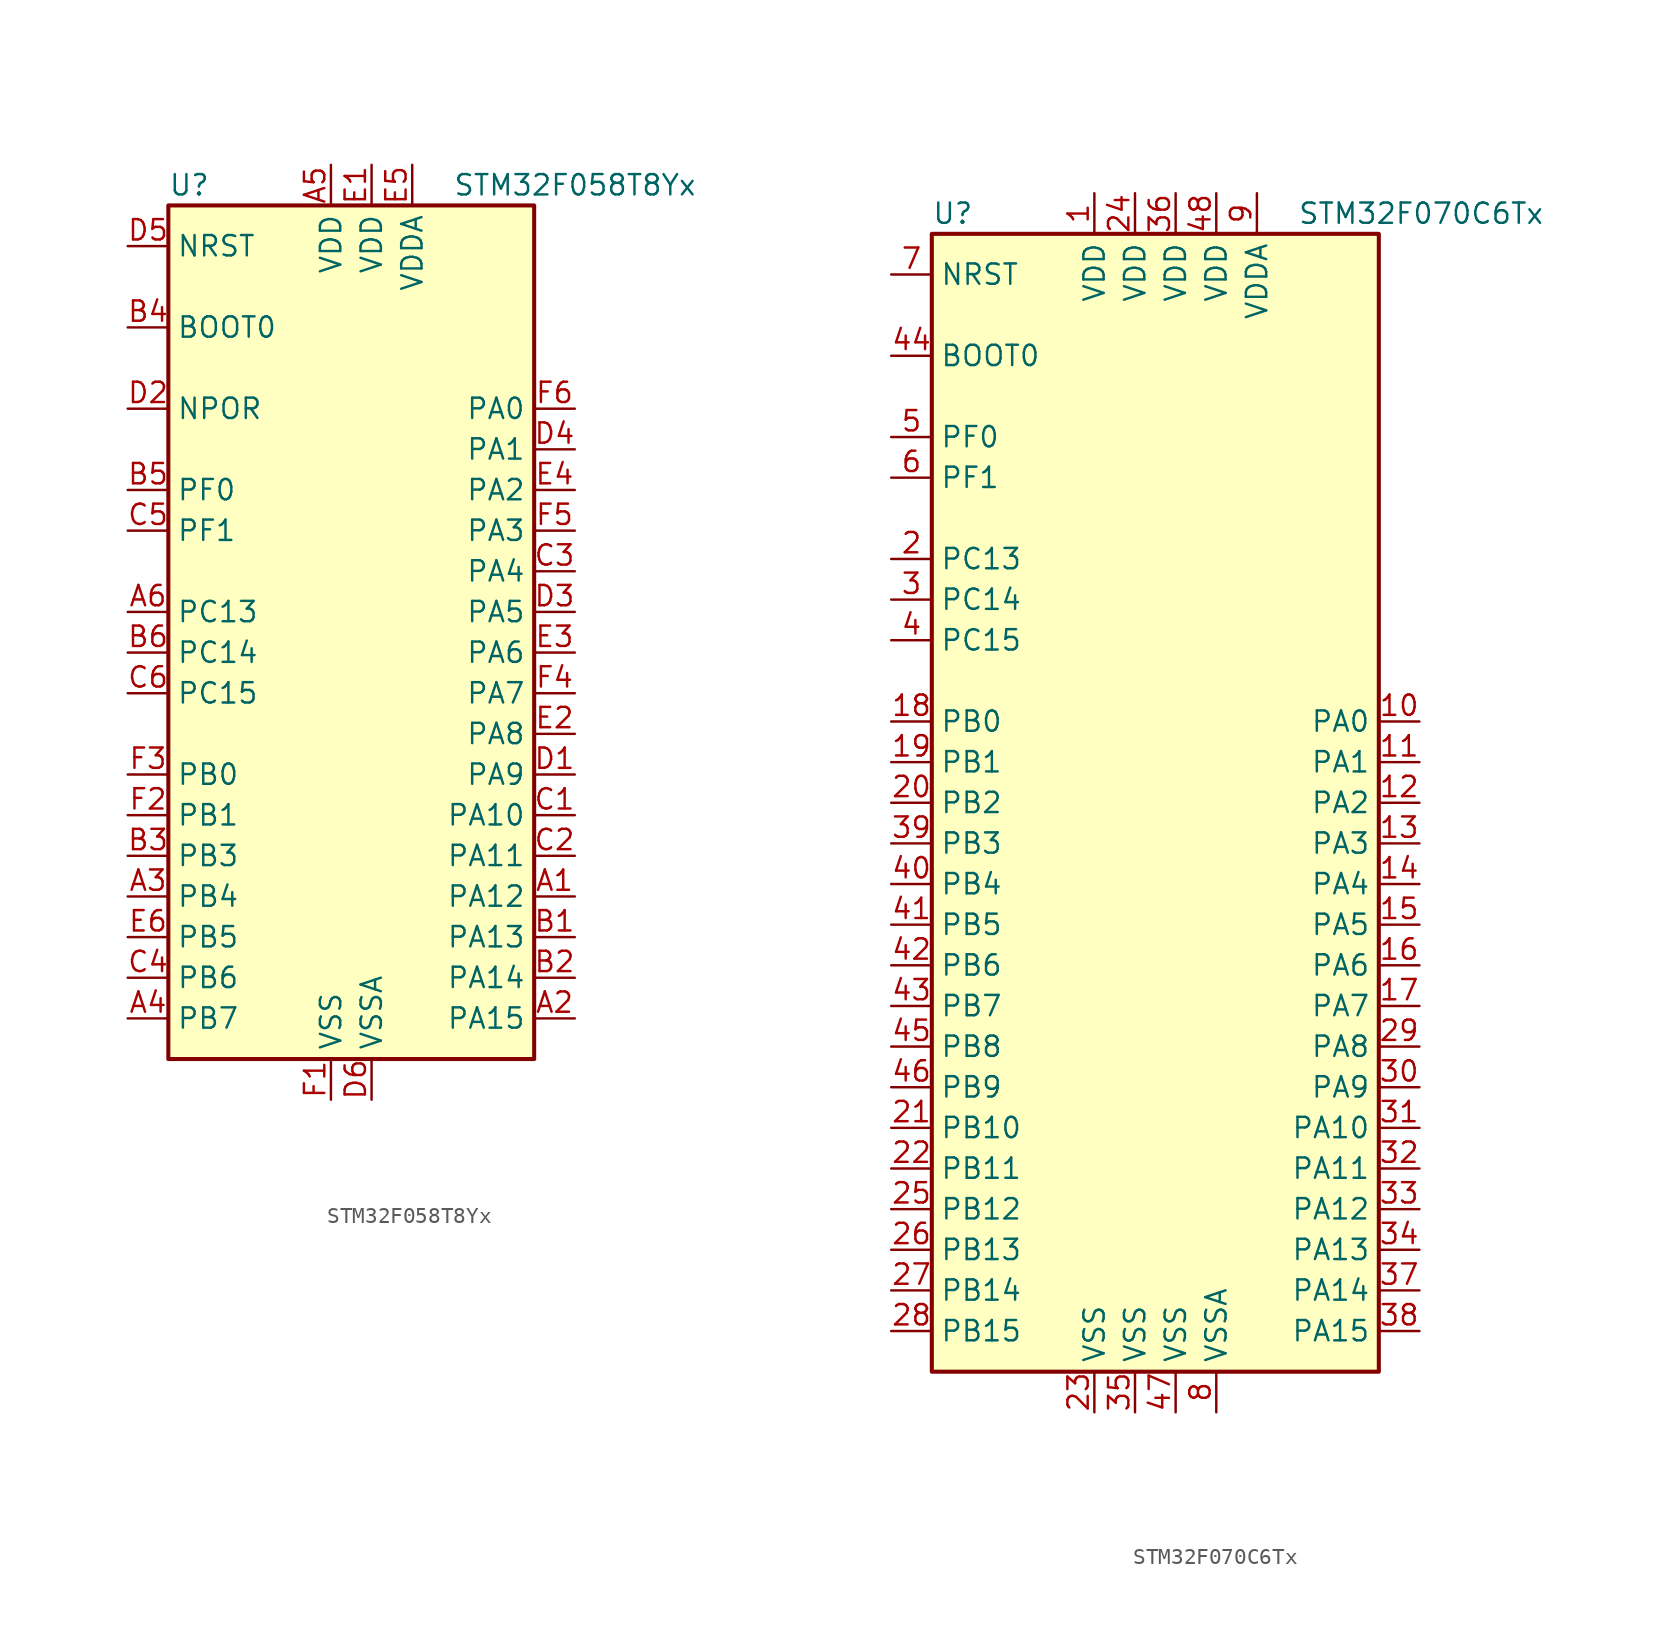
<source format=kicad_sym>
(kicad_symbol_lib
  (version 20201005)
  (generator kicad_symbol_editor)
  (symbol "MCU_ST_STM32F0:STM32F058T8Yx"
    (property "Reference" "U"
      (at -12.7 26.67 0)
      (effects (font (size 1.27 1.27)) (justify left)))
    (property "Value" "STM32F058T8Yx"
      (at 5.08 26.67 0)
      (effects (font (size 1.27 1.27)) (justify left)))
    (symbol "STM32F058T8Yx_0_1"
      (rectangle (start -12.7 -27.94) (end 10.16 25.4) (stroke (width 0.254)) (fill (type background))))
    (symbol "STM32F058T8Yx_1_1"
      (pin bidirectional line (at 12.7 -17.78 180) (length 2.54) (name "PA12" (effects (font (size 1.27 1.27)))) (number "A1" (effects (font (size 1.27 1.27)))))
      (pin bidirectional line (at 12.7 -25.4 180) (length 2.54) (name "PA15" (effects (font (size 1.27 1.27)))) (number "A2" (effects (font (size 1.27 1.27)))))
      (pin bidirectional line (at -15.24 -17.78 0) (length 2.54) (name "PB4" (effects (font (size 1.27 1.27)))) (number "A3" (effects (font (size 1.27 1.27)))))
      (pin bidirectional line (at -15.24 -25.4 0) (length 2.54) (name "PB7" (effects (font (size 1.27 1.27)))) (number "A4" (effects (font (size 1.27 1.27)))))
      (pin power_in line (at -2.54 27.94 270) (length 2.54) (name "VDD" (effects (font (size 1.27 1.27)))) (number "A5" (effects (font (size 1.27 1.27)))))
      (pin bidirectional line (at -15.24 0 0) (length 2.54) (name "PC13" (effects (font (size 1.27 1.27)))) (number "A6" (effects (font (size 1.27 1.27)))))
      (pin bidirectional line (at 12.7 -20.32 180) (length 2.54) (name "PA13" (effects (font (size 1.27 1.27)))) (number "B1" (effects (font (size 1.27 1.27)))))
      (pin bidirectional line (at 12.7 -22.86 180) (length 2.54) (name "PA14" (effects (font (size 1.27 1.27)))) (number "B2" (effects (font (size 1.27 1.27)))))
      (pin bidirectional line (at -15.24 -15.24 0) (length 2.54) (name "PB3" (effects (font (size 1.27 1.27)))) (number "B3" (effects (font (size 1.27 1.27)))))
      (pin input line (at -15.24 17.78 0) (length 2.54) (name "BOOT0" (effects (font (size 1.27 1.27)))) (number "B4" (effects (font (size 1.27 1.27)))))
      (pin input line (at -15.24 7.62 0) (length 2.54) (name "PF0" (effects (font (size 1.27 1.27)))) (number "B5" (effects (font (size 1.27 1.27)))))
      (pin bidirectional line (at -15.24 -2.54 0) (length 2.54) (name "PC14" (effects (font (size 1.27 1.27)))) (number "B6" (effects (font (size 1.27 1.27)))))
      (pin bidirectional line (at 12.7 -12.7 180) (length 2.54) (name "PA10" (effects (font (size 1.27 1.27)))) (number "C1" (effects (font (size 1.27 1.27)))))
      (pin bidirectional line (at 12.7 -15.24 180) (length 2.54) (name "PA11" (effects (font (size 1.27 1.27)))) (number "C2" (effects (font (size 1.27 1.27)))))
      (pin bidirectional line (at 12.7 2.54 180) (length 2.54) (name "PA4" (effects (font (size 1.27 1.27)))) (number "C3" (effects (font (size 1.27 1.27)))))
      (pin bidirectional line (at -15.24 -22.86 0) (length 2.54) (name "PB6" (effects (font (size 1.27 1.27)))) (number "C4" (effects (font (size 1.27 1.27)))))
      (pin input line (at -15.24 5.08 0) (length 2.54) (name "PF1" (effects (font (size 1.27 1.27)))) (number "C5" (effects (font (size 1.27 1.27)))))
      (pin bidirectional line (at -15.24 -5.08 0) (length 2.54) (name "PC15" (effects (font (size 1.27 1.27)))) (number "C6" (effects (font (size 1.27 1.27)))))
      (pin bidirectional line (at 12.7 -10.16 180) (length 2.54) (name "PA9" (effects (font (size 1.27 1.27)))) (number "D1" (effects (font (size 1.27 1.27)))))
      (pin power_in line (at -15.24 12.7 0) (length 2.54) (name "NPOR" (effects (font (size 1.27 1.27)))) (number "D2" (effects (font (size 1.27 1.27)))))
      (pin bidirectional line (at 12.7 0 180) (length 2.54) (name "PA5" (effects (font (size 1.27 1.27)))) (number "D3" (effects (font (size 1.27 1.27)))))
      (pin bidirectional line (at 12.7 10.16 180) (length 2.54) (name "PA1" (effects (font (size 1.27 1.27)))) (number "D4" (effects (font (size 1.27 1.27)))))
      (pin input line (at -15.24 22.86 0) (length 2.54) (name "NRST" (effects (font (size 1.27 1.27)))) (number "D5" (effects (font (size 1.27 1.27)))))
      (pin power_in line (at 0 -30.48 90) (length 2.54) (name "VSSA" (effects (font (size 1.27 1.27)))) (number "D6" (effects (font (size 1.27 1.27)))))
      (pin power_in line (at 0 27.94 270) (length 2.54) (name "VDD" (effects (font (size 1.27 1.27)))) (number "E1" (effects (font (size 1.27 1.27)))))
      (pin bidirectional line (at 12.7 -7.62 180) (length 2.54) (name "PA8" (effects (font (size 1.27 1.27)))) (number "E2" (effects (font (size 1.27 1.27)))))
      (pin bidirectional line (at 12.7 -2.54 180) (length 2.54) (name "PA6" (effects (font (size 1.27 1.27)))) (number "E3" (effects (font (size 1.27 1.27)))))
      (pin bidirectional line (at 12.7 7.62 180) (length 2.54) (name "PA2" (effects (font (size 1.27 1.27)))) (number "E4" (effects (font (size 1.27 1.27)))))
      (pin power_in line (at 2.54 27.94 270) (length 2.54) (name "VDDA" (effects (font (size 1.27 1.27)))) (number "E5" (effects (font (size 1.27 1.27)))))
      (pin bidirectional line (at -15.24 -20.32 0) (length 2.54) (name "PB5" (effects (font (size 1.27 1.27)))) (number "E6" (effects (font (size 1.27 1.27)))))
      (pin power_in line (at -2.54 -30.48 90) (length 2.54) (name "VSS" (effects (font (size 1.27 1.27)))) (number "F1" (effects (font (size 1.27 1.27)))))
      (pin bidirectional line (at -15.24 -12.7 0) (length 2.54) (name "PB1" (effects (font (size 1.27 1.27)))) (number "F2" (effects (font (size 1.27 1.27)))))
      (pin bidirectional line (at -15.24 -10.16 0) (length 2.54) (name "PB0" (effects (font (size 1.27 1.27)))) (number "F3" (effects (font (size 1.27 1.27)))))
      (pin bidirectional line (at 12.7 -5.08 180) (length 2.54) (name "PA7" (effects (font (size 1.27 1.27)))) (number "F4" (effects (font (size 1.27 1.27)))))
      (pin bidirectional line (at 12.7 5.08 180) (length 2.54) (name "PA3" (effects (font (size 1.27 1.27)))) (number "F5" (effects (font (size 1.27 1.27)))))
      (pin bidirectional line (at 12.7 12.7 180) (length 2.54) (name "PA0" (effects (font (size 1.27 1.27)))) (number "F6" (effects (font (size 1.27 1.27)))))))
  (symbol "MCU_ST_STM32F0:STM32F070C6Tx"
    (property "Reference" "U"
      (at -15.24 36.83 0)
      (effects (font (size 1.27 1.27)) (justify left)))
    (property "Value" "STM32F070C6Tx"
      (at 7.62 36.83 0)
      (effects (font (size 1.27 1.27)) (justify left)))
    (symbol "STM32F070C6Tx_0_1"
      (rectangle (start -15.24 -35.56) (end 12.7 35.56) (stroke (width 0.254)) (fill (type background))))
    (symbol "STM32F070C6Tx_1_1"
      (pin power_in line (at -5.08 38.1 270) (length 2.54) (name "VDD" (effects (font (size 1.27 1.27)))) (number "1" (effects (font (size 1.27 1.27)))))
      (pin bidirectional line (at 15.24 5.08 180) (length 2.54) (name "PA0" (effects (font (size 1.27 1.27)))) (number "10" (effects (font (size 1.27 1.27)))))
      (pin bidirectional line (at 15.24 2.54 180) (length 2.54) (name "PA1" (effects (font (size 1.27 1.27)))) (number "11" (effects (font (size 1.27 1.27)))))
      (pin bidirectional line (at 15.24 0 180) (length 2.54) (name "PA2" (effects (font (size 1.27 1.27)))) (number "12" (effects (font (size 1.27 1.27)))))
      (pin bidirectional line (at 15.24 -2.54 180) (length 2.54) (name "PA3" (effects (font (size 1.27 1.27)))) (number "13" (effects (font (size 1.27 1.27)))))
      (pin bidirectional line (at 15.24 -5.08 180) (length 2.54) (name "PA4" (effects (font (size 1.27 1.27)))) (number "14" (effects (font (size 1.27 1.27)))))
      (pin bidirectional line (at 15.24 -7.62 180) (length 2.54) (name "PA5" (effects (font (size 1.27 1.27)))) (number "15" (effects (font (size 1.27 1.27)))))
      (pin bidirectional line (at 15.24 -10.16 180) (length 2.54) (name "PA6" (effects (font (size 1.27 1.27)))) (number "16" (effects (font (size 1.27 1.27)))))
      (pin bidirectional line (at 15.24 -12.7 180) (length 2.54) (name "PA7" (effects (font (size 1.27 1.27)))) (number "17" (effects (font (size 1.27 1.27)))))
      (pin bidirectional line (at -17.78 5.08 0) (length 2.54) (name "PB0" (effects (font (size 1.27 1.27)))) (number "18" (effects (font (size 1.27 1.27)))))
      (pin bidirectional line (at -17.78 2.54 0) (length 2.54) (name "PB1" (effects (font (size 1.27 1.27)))) (number "19" (effects (font (size 1.27 1.27)))))
      (pin bidirectional line (at -17.78 15.24 0) (length 2.54) (name "PC13" (effects (font (size 1.27 1.27)))) (number "2" (effects (font (size 1.27 1.27)))))
      (pin bidirectional line (at -17.78 0 0) (length 2.54) (name "PB2" (effects (font (size 1.27 1.27)))) (number "20" (effects (font (size 1.27 1.27)))))
      (pin bidirectional line (at -17.78 -20.32 0) (length 2.54) (name "PB10" (effects (font (size 1.27 1.27)))) (number "21" (effects (font (size 1.27 1.27)))))
      (pin bidirectional line (at -17.78 -22.86 0) (length 2.54) (name "PB11" (effects (font (size 1.27 1.27)))) (number "22" (effects (font (size 1.27 1.27)))))
      (pin power_in line (at -5.08 -38.1 90) (length 2.54) (name "VSS" (effects (font (size 1.27 1.27)))) (number "23" (effects (font (size 1.27 1.27)))))
      (pin power_in line (at -2.54 38.1 270) (length 2.54) (name "VDD" (effects (font (size 1.27 1.27)))) (number "24" (effects (font (size 1.27 1.27)))))
      (pin bidirectional line (at -17.78 -25.4 0) (length 2.54) (name "PB12" (effects (font (size 1.27 1.27)))) (number "25" (effects (font (size 1.27 1.27)))))
      (pin bidirectional line (at -17.78 -27.94 0) (length 2.54) (name "PB13" (effects (font (size 1.27 1.27)))) (number "26" (effects (font (size 1.27 1.27)))))
      (pin bidirectional line (at -17.78 -30.48 0) (length 2.54) (name "PB14" (effects (font (size 1.27 1.27)))) (number "27" (effects (font (size 1.27 1.27)))))
      (pin bidirectional line (at -17.78 -33.02 0) (length 2.54) (name "PB15" (effects (font (size 1.27 1.27)))) (number "28" (effects (font (size 1.27 1.27)))))
      (pin bidirectional line (at 15.24 -15.24 180) (length 2.54) (name "PA8" (effects (font (size 1.27 1.27)))) (number "29" (effects (font (size 1.27 1.27)))))
      (pin bidirectional line (at -17.78 12.7 0) (length 2.54) (name "PC14" (effects (font (size 1.27 1.27)))) (number "3" (effects (font (size 1.27 1.27)))))
      (pin bidirectional line (at 15.24 -17.78 180) (length 2.54) (name "PA9" (effects (font (size 1.27 1.27)))) (number "30" (effects (font (size 1.27 1.27)))))
      (pin bidirectional line (at 15.24 -20.32 180) (length 2.54) (name "PA10" (effects (font (size 1.27 1.27)))) (number "31" (effects (font (size 1.27 1.27)))))
      (pin bidirectional line (at 15.24 -22.86 180) (length 2.54) (name "PA11" (effects (font (size 1.27 1.27)))) (number "32" (effects (font (size 1.27 1.27)))))
      (pin bidirectional line (at 15.24 -25.4 180) (length 2.54) (name "PA12" (effects (font (size 1.27 1.27)))) (number "33" (effects (font (size 1.27 1.27)))))
      (pin bidirectional line (at 15.24 -27.94 180) (length 2.54) (name "PA13" (effects (font (size 1.27 1.27)))) (number "34" (effects (font (size 1.27 1.27)))))
      (pin power_in line (at -2.54 -38.1 90) (length 2.54) (name "VSS" (effects (font (size 1.27 1.27)))) (number "35" (effects (font (size 1.27 1.27)))))
      (pin power_in line (at 0 38.1 270) (length 2.54) (name "VDD" (effects (font (size 1.27 1.27)))) (number "36" (effects (font (size 1.27 1.27)))))
      (pin bidirectional line (at 15.24 -30.48 180) (length 2.54) (name "PA14" (effects (font (size 1.27 1.27)))) (number "37" (effects (font (size 1.27 1.27)))))
      (pin bidirectional line (at 15.24 -33.02 180) (length 2.54) (name "PA15" (effects (font (size 1.27 1.27)))) (number "38" (effects (font (size 1.27 1.27)))))
      (pin bidirectional line (at -17.78 -2.54 0) (length 2.54) (name "PB3" (effects (font (size 1.27 1.27)))) (number "39" (effects (font (size 1.27 1.27)))))
      (pin bidirectional line (at -17.78 10.16 0) (length 2.54) (name "PC15" (effects (font (size 1.27 1.27)))) (number "4" (effects (font (size 1.27 1.27)))))
      (pin bidirectional line (at -17.78 -5.08 0) (length 2.54) (name "PB4" (effects (font (size 1.27 1.27)))) (number "40" (effects (font (size 1.27 1.27)))))
      (pin bidirectional line (at -17.78 -7.62 0) (length 2.54) (name "PB5" (effects (font (size 1.27 1.27)))) (number "41" (effects (font (size 1.27 1.27)))))
      (pin bidirectional line (at -17.78 -10.16 0) (length 2.54) (name "PB6" (effects (font (size 1.27 1.27)))) (number "42" (effects (font (size 1.27 1.27)))))
      (pin bidirectional line (at -17.78 -12.7 0) (length 2.54) (name "PB7" (effects (font (size 1.27 1.27)))) (number "43" (effects (font (size 1.27 1.27)))))
      (pin input line (at -17.78 27.94 0) (length 2.54) (name "BOOT0" (effects (font (size 1.27 1.27)))) (number "44" (effects (font (size 1.27 1.27)))))
      (pin bidirectional line (at -17.78 -15.24 0) (length 2.54) (name "PB8" (effects (font (size 1.27 1.27)))) (number "45" (effects (font (size 1.27 1.27)))))
      (pin bidirectional line (at -17.78 -17.78 0) (length 2.54) (name "PB9" (effects (font (size 1.27 1.27)))) (number "46" (effects (font (size 1.27 1.27)))))
      (pin power_in line (at 0 -38.1 90) (length 2.54) (name "VSS" (effects (font (size 1.27 1.27)))) (number "47" (effects (font (size 1.27 1.27)))))
      (pin power_in line (at 2.54 38.1 270) (length 2.54) (name "VDD" (effects (font (size 1.27 1.27)))) (number "48" (effects (font (size 1.27 1.27)))))
      (pin input line (at -17.78 22.86 0) (length 2.54) (name "PF0" (effects (font (size 1.27 1.27)))) (number "5" (effects (font (size 1.27 1.27)))))
      (pin input line (at -17.78 20.32 0) (length 2.54) (name "PF1" (effects (font (size 1.27 1.27)))) (number "6" (effects (font (size 1.27 1.27)))))
      (pin input line (at -17.78 33.02 0) (length 2.54) (name "NRST" (effects (font (size 1.27 1.27)))) (number "7" (effects (font (size 1.27 1.27)))))
      (pin power_in line (at 2.54 -38.1 90) (length 2.54) (name "VSSA" (effects (font (size 1.27 1.27)))) (number "8" (effects (font (size 1.27 1.27)))))
      (pin power_in line (at 5.08 38.1 270) (length 2.54) (name "VDDA" (effects (font (size 1.27 1.27)))) (number "9" (effects (font (size 1.27 1.27))))))))
</source>
